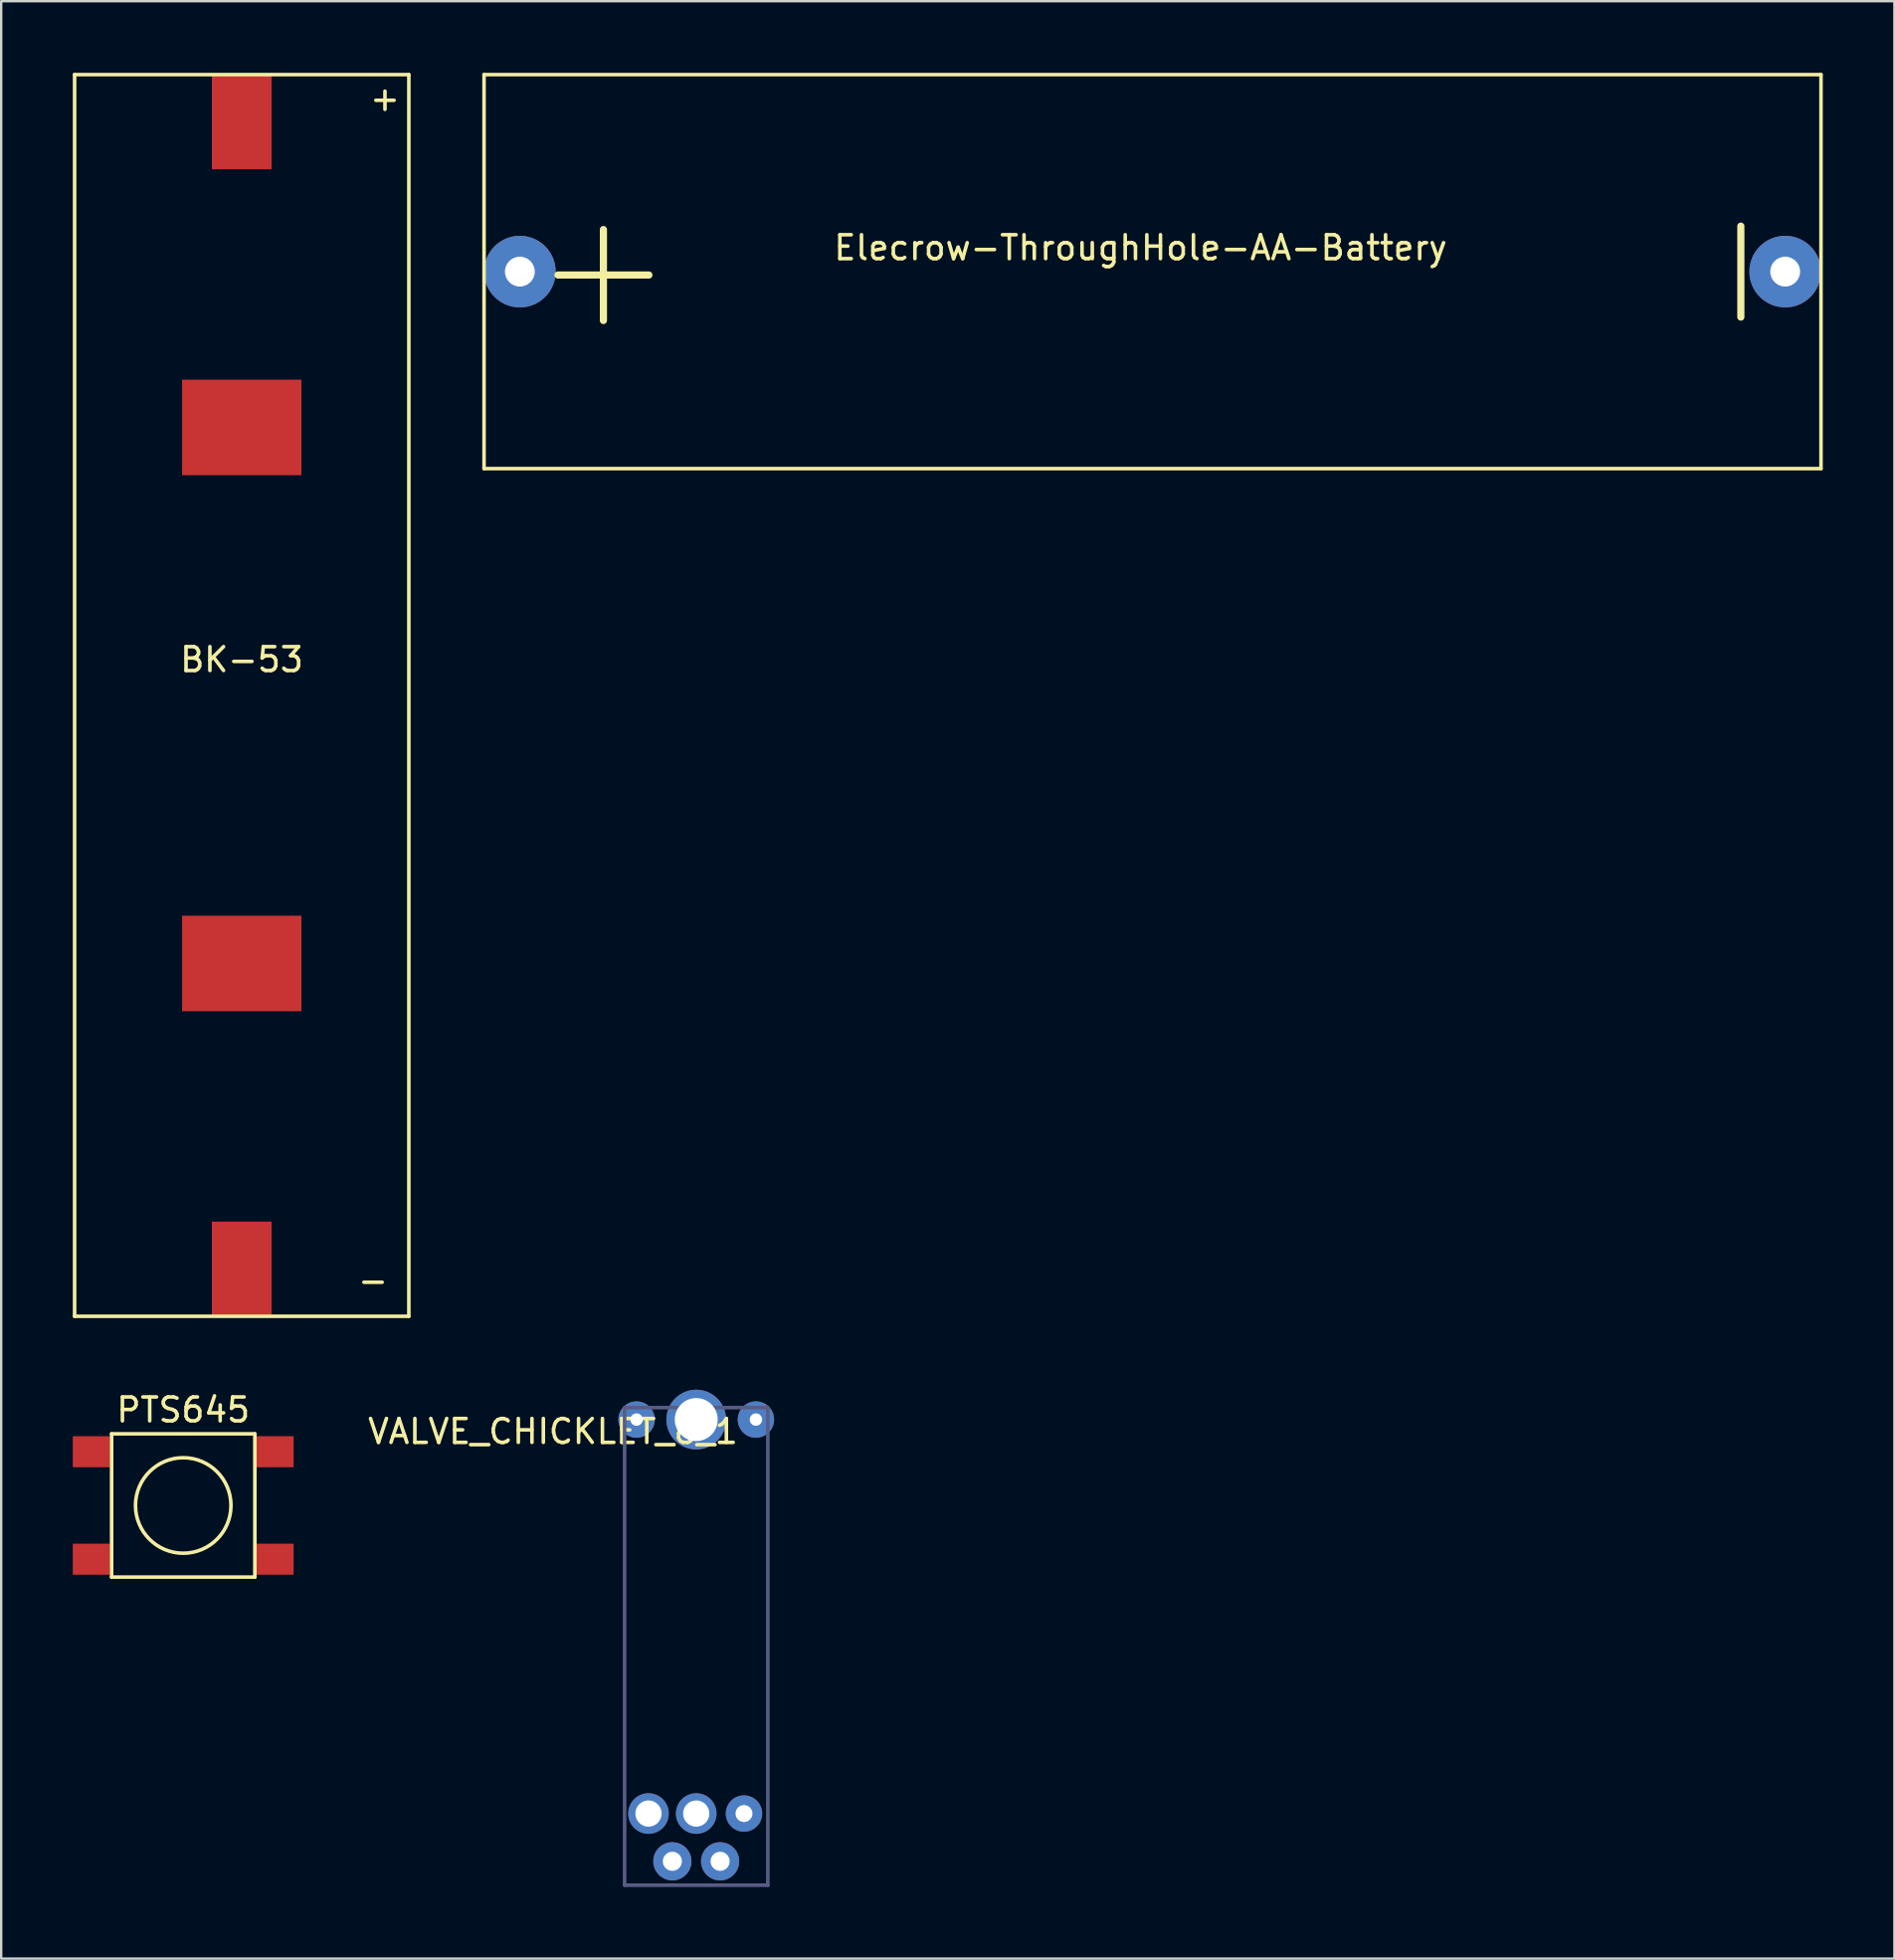
<source format=kicad_pcb>
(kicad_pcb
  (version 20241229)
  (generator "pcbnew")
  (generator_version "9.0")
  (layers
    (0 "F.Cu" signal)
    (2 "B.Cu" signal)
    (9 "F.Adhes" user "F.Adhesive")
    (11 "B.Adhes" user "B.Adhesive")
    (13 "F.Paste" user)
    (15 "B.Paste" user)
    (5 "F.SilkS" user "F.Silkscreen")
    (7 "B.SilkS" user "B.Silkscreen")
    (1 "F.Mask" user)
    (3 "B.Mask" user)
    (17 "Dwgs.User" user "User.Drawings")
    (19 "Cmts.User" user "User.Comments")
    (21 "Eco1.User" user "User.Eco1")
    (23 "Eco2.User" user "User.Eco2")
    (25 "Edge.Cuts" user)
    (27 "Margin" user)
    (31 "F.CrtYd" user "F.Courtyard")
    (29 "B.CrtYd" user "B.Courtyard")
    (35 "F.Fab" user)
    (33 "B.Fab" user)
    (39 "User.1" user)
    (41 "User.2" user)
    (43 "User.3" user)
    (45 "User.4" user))
  (footprint "Elecrow-ThroughHole-AA-Battery"
    (layer "F.Cu")
    (at 18.725 8.325)
    (property "Reference" "Elecrow-ThroughHole-AA-Battery" (at 26 -1 0) (layer "F.SilkS") (effects (font (size 1 1) (thickness 0.15))))
    (attr through_hole)
    (fp_line (start -1.5 -8.25) (end -1.5 8.25) (stroke (width 0.15) (type solid)) (layer "F.SilkS"))
    (fp_line (start -1.5 8.25) (end 54.5 8.25) (stroke (width 0.15) (type solid)) (layer "F.SilkS"))
    (fp_line (start 54.5 -8.25) (end -1.5 -8.25) (stroke (width 0.15) (type solid)) (layer "F.SilkS"))
    (fp_line (start 54.5 8.25) (end 54.5 -8.25) (stroke (width 0.15) (type solid)) (layer "F.SilkS"))
    (fp_text user "+" (at 3.5 -0.25 0) (layer "F.SilkS") (effects (font (size 5 5) (thickness 0.3))))
    (fp_text user "-" (at 50.75 0 90) (layer "F.SilkS") (effects (font (size 5 5) (thickness 0.3))))
    (pad "1" thru_hole circle (at 0 0) (size 3 3) (drill 1.25) (layers "*.Cu" "*.Mask"))
    (pad "2" thru_hole circle (at 53 0) (size 3 3) (drill 1.25) (layers "*.Cu" "*.Mask")))
  (footprint "VALVE_CHICKLET_8_1"
    (layer "F.Cu")
    (at 26.113 65.9)
    (property "Reference" "VALVE_CHICKLET_8_1" (at -6 -9 0) (layer "F.SilkS") (effects (font (size 1 1) (thickness 0.15))))
    (attr through_hole)
    (fp_line (start -3 -10) (end 3 -10) (stroke (width 0.15) (type solid)) (layer "B.Fab"))
    (fp_line (start -3 10) (end -3 -10) (stroke (width 0.15) (type solid)) (layer "B.Fab"))
    (fp_line (start 3 -10) (end 3 10) (stroke (width 0.15) (type solid)) (layer "B.Fab"))
    (fp_line (start 3 10) (end -3 10) (stroke (width 0.15) (type solid)) (layer "B.Fab"))
    (pad "1" thru_hole circle (at -2 7) (size 1.7 1.7) (drill 1.1) (layers "*.Cu" "*.Mask"))
    (pad "2" thru_hole circle (at -2.5 -9.5) (size 1.524 1.524) (drill 0.52) (layers "*.Cu" "*.Mask"))
    (pad "2" thru_hole circle (at -1 9) (size 1.6 1.6) (drill 0.8) (layers "*.Cu" "*.Mask"))
    (pad "2" thru_hole circle (at 0 7) (size 1.7 1.7) (drill 1.1) (layers "*.Cu" "*.Mask"))
    (pad "2" thru_hole circle (at 1 9) (size 1.6 1.6) (drill 0.8) (layers "*.Cu" "*.Mask"))
    (pad "2" thru_hole circle (at 2.5 -9.5) (size 1.524 1.524) (drill 0.52) (layers "*.Cu" "*.Mask"))
    (pad "3" thru_hole circle (at 2 7) (size 1.524 1.524) (drill 0.71) (layers "*.Cu" "*.Mask"))
    (pad "~" thru_hole circle (at 0 -9.5) (size 2.5 2.5) (drill 1.8) (layers "*.Cu" "*.Mask")))
  (footprint "BK-53"
    (layer "F.Cu")
    (at 7.075 26.075)
    (property "Reference" "BK-53" (at 0 -1.5 0) (layer "F.SilkS") (effects (font (size 1 1) (thickness 0.15))))
    (attr through_hole)
    (fp_line (start -7 -26) (end 7 -26) (stroke (width 0.15) (type solid)) (layer "F.SilkS"))
    (fp_line (start -7 26) (end -7 -26) (stroke (width 0.15) (type solid)) (layer "F.SilkS"))
    (fp_line (start 7 -26) (end 7 26) (stroke (width 0.15) (type solid)) (layer "F.SilkS"))
    (fp_line (start 7 26) (end -7 26) (stroke (width 0.15) (type solid)) (layer "F.SilkS"))
    (fp_text user "+" (at 6 -25 0) (layer "F.SilkS") (effects (font (size 1 1) (thickness 0.15))))
    (fp_text user "-" (at 5.5 24.5 0) (layer "F.SilkS") (effects (font (size 1 1) (thickness 0.15))))
    (pad "1" smd rect (at 0 -24.035) (size 2.5 4) (layers "F.Cu" "F.Mask" "F.Paste"))
    (pad "1" smd rect (at 0 -11.225) (size 5 4) (layers "F.Cu" "F.Mask" "F.Paste"))
    (pad "2" smd rect (at 0 11.225) (size 5 4) (layers "F.Cu" "F.Mask" "F.Paste"))
    (pad "2" smd rect (at 0 24.035) (size 2.5 4) (layers "F.Cu" "F.Mask" "F.Paste")))
  (footprint "PTS645"
    (layer "F.Cu")
    (at 4.625 59.998)
    (property "Reference" "PTS645" (at 0 -4 0) (layer "F.SilkS") (effects (font (size 1 1) (thickness 0.15))))
    (attr through_hole)
    (fp_line (start -3 -3) (end 3 -3) (stroke (width 0.15) (type solid)) (layer "F.SilkS"))
    (fp_line (start -3 3) (end -3 -3) (stroke (width 0.15) (type solid)) (layer "F.SilkS"))
    (fp_line (start 3 -3) (end 3 3) (stroke (width 0.15) (type solid)) (layer "F.SilkS"))
    (fp_line (start 3 3) (end -3 3) (stroke (width 0.15) (type solid)) (layer "F.SilkS"))
    (fp_circle (center 0 0) (end 2 0) (stroke (width 0.15) (type solid)) (fill no) (layer "F.SilkS"))
    (pad "1" smd rect (at -3.85 -2.25) (size 1.55 1.3) (layers "F.Cu" "F.Mask" "F.Paste"))
    (pad "1" smd rect (at 3.85 -2.25) (size 1.55 1.3) (layers "F.Cu" "F.Mask" "F.Paste"))
    (pad "3" smd rect (at -3.85 2.25) (size 1.55 1.3) (layers "F.Cu" "F.Mask" "F.Paste"))
    (pad "3" smd rect (at 3.85 2.25) (size 1.55 1.3) (layers "F.Cu" "F.Mask" "F.Paste")))
  (gr_rect
    (start -3 -3)
    (end 76.3 78.975)
    (stroke (width 0.1) (type default))
    (fill no)
    (layer "Edge.Cuts")))
</source>
